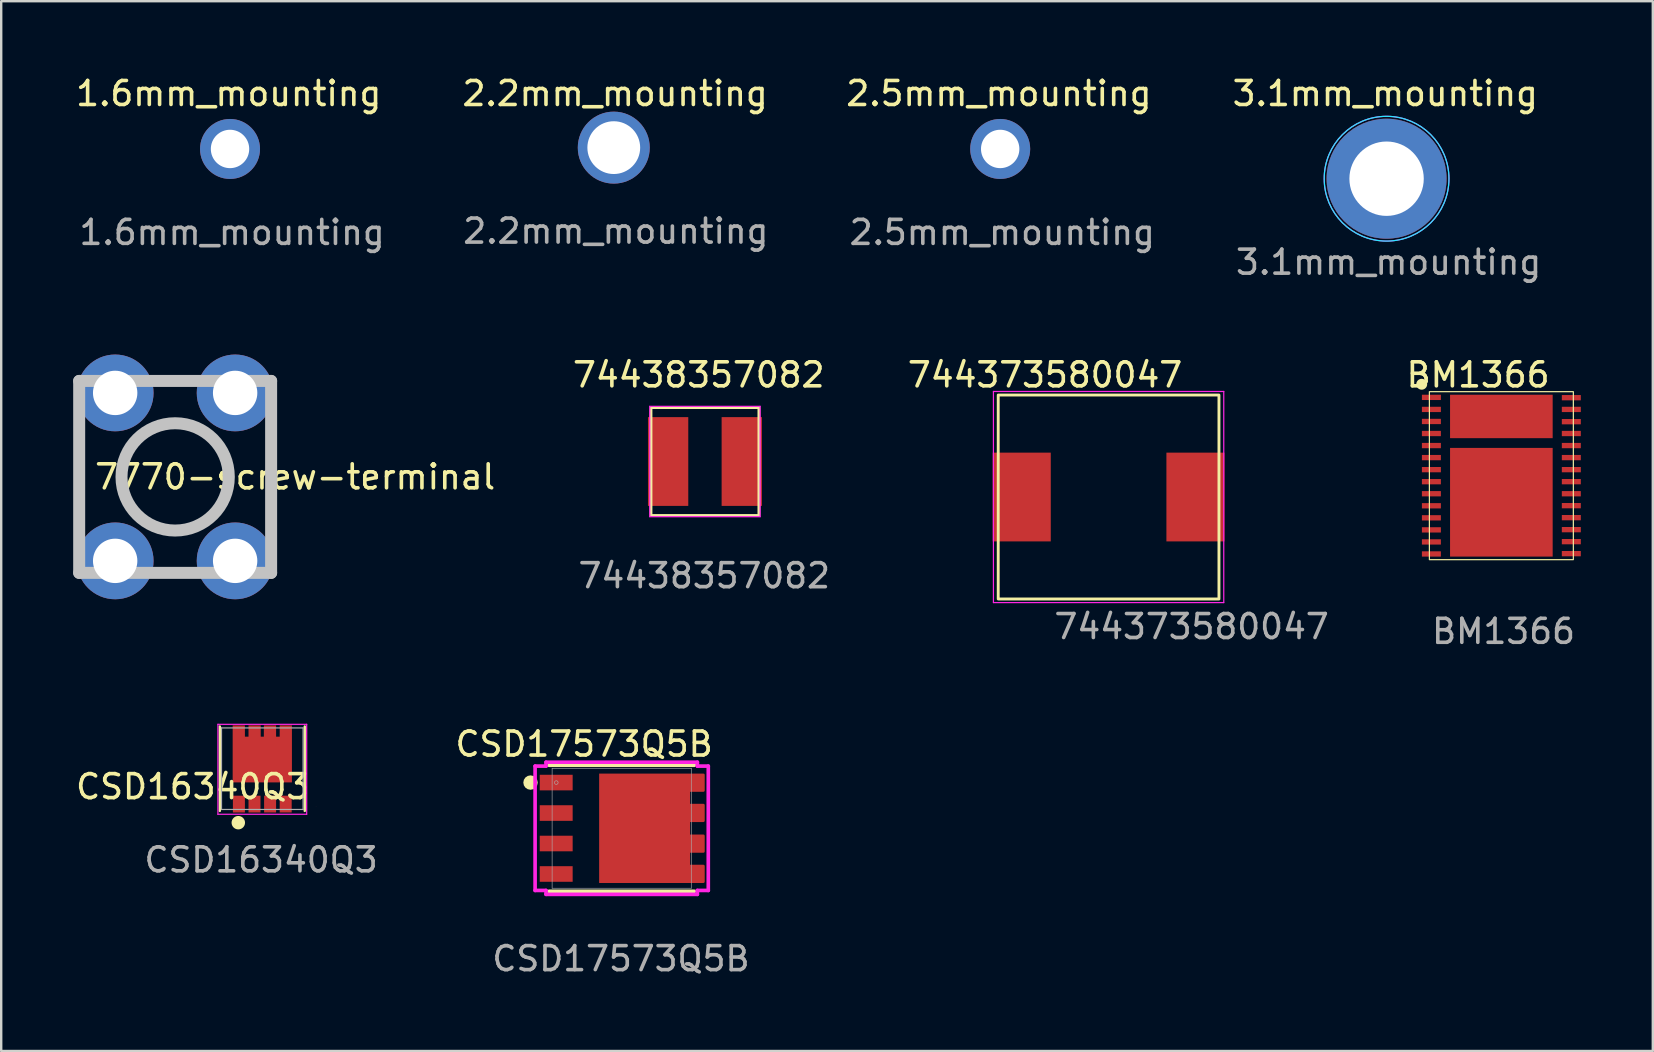
<source format=kicad_pcb>
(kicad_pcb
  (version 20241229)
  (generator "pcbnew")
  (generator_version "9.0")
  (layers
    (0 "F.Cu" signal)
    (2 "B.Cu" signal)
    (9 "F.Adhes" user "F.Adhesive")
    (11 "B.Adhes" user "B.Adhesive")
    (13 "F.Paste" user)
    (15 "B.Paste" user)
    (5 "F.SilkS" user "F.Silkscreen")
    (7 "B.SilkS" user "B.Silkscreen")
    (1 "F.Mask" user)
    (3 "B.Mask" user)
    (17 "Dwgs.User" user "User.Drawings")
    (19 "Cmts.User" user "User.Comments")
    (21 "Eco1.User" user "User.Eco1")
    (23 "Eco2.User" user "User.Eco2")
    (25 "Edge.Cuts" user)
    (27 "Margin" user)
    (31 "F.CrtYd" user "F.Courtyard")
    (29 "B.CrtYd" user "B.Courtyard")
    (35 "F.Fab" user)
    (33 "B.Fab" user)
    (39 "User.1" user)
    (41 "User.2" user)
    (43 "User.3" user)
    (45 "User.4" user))
  (footprint "1.6mm_mounting"
    (layer "F.Cu")
    (at 6.537 3.158)
    (property "Reference" "1.6mm_mounting" (at -0.055 -2.31 0) (unlocked yes) (layer "F.SilkS") (effects (font (size 1 1) (thickness 0.15))))
    (attr through_hole)
    (fp_text user "${REFERENCE}" (at 0.085 3.48 0) (unlocked yes) (layer "F.Fab") (effects (font (size 1 1) (thickness 0.15))))
    (pad "" thru_hole circle (at 0 0 180) (size 2.5 2.5) (drill 1.6) (layers "*.Cu" "*.Mask")))
  (footprint "7770-screw-terminal"
    (layer "F.Cu")
    (at 4.25 16.826)
    (property "Reference" "7770-screw-terminal" (at 5 0 0) (unlocked yes) (layer "F.SilkS") (effects (font (size 1 1) (thickness 0.15))))
    (fp_line (start -4 -4) (end 4 -4) (stroke (width 0.12) (type solid)) (layer "F.SilkS"))
    (fp_line (start -4 4) (end -4 -4) (stroke (width 0.12) (type solid)) (layer "F.SilkS"))
    (fp_line (start 4 -4) (end 4 4) (stroke (width 0.12) (type solid)) (layer "F.SilkS"))
    (fp_line (start 4 4) (end -4 4) (stroke (width 0.12) (type solid)) (layer "F.SilkS"))
    (fp_line (start -4 4) (end -4 -4) (stroke (width 0.5) (type solid)) (layer "Dwgs.User"))
    (fp_line (start 4 -4) (end -4 -4) (stroke (width 0.5) (type solid)) (layer "Dwgs.User"))
    (fp_line (start 4 4) (end -4 4) (stroke (width 0.5) (type solid)) (layer "Dwgs.User"))
    (fp_line (start 4 4) (end 4 -4) (stroke (width 0.5) (type solid)) (layer "Dwgs.User"))
    (fp_circle (center 0 0) (end 2.236 0) (stroke (width 0.5) (type default)) (fill no) (layer "Dwgs.User"))
    (pad "1" thru_hole circle (at -2.5 -3.5) (size 3.2 3.2) (drill 1.85) (layers "*.Cu" "*.Mask"))
    (pad "1" thru_hole circle (at -2.5 3.5) (size 3.2 3.2) (drill 1.85) (layers "*.Cu" "*.Mask"))
    (pad "1" thru_hole circle (at 2.5 -3.5) (size 3.2 3.2) (drill 1.85) (layers "*.Cu" "*.Mask"))
    (pad "1" thru_hole circle (at 2.5 3.5) (size 3.2 3.2) (drill 1.85) (layers "*.Cu" "*.Mask")))
  (footprint "3.1mm_mounting"
    (layer "F.Cu")
    (at 54.74 4.398)
    (property "Reference" "3.1mm_mounting" (at -0.055 -3.55 0) (unlocked yes) (layer "F.SilkS") (effects (font (size 1 1) (thickness 0.15))))
    (attr through_hole)
    (fp_circle (center 0 0) (end 2.6 -0.01) (stroke (width 0.05) (type default)) (fill no) (layer "B.CrtYd"))
    (fp_circle (center 0 0) (end 2.6 -0.01) (stroke (width 0.05) (type default)) (fill no) (layer "F.CrtYd"))
    (fp_text user "${REFERENCE}" (at 0.085 3.48 0) (unlocked yes) (layer "F.Fab") (effects (font (size 1 1) (thickness 0.15))))
    (pad "" thru_hole circle (at 0 0 180) (size 5 5) (drill 3.1) (layers "*.Cu" "*.Mask")))
  (footprint "CSD16340Q3"
    (layer "F.Cu")
    (at 7.882 28.988)
    (property "Reference" "CSD16340Q3" (at -2.9 0.75 0) (unlocked yes) (layer "F.SilkS") (effects (font (size 1 1) (thickness 0.15))))
    (attr smd)
    (fp_line (start -1.77 -1.76) (end -1.77 1.76) (stroke (width 0.1) (type default)) (layer "F.SilkS"))
    (fp_line (start 1.77 -1.76) (end 1.77 1.76) (stroke (width 0.1) (type default)) (layer "F.SilkS"))
    (fp_circle (center -1 2.25) (end -0.99 2.47) (stroke (width 0.12) (type solid)) (fill yes) (layer "F.SilkS"))
    (fp_rect (start -1 -1) (end -0.13 0.4) (stroke (width 0.1) (type solid)) (fill yes) (layer "F.Paste"))
    (fp_rect (start -0.81 -1.78) (end -1.15 -1.23) (stroke (width 0.01) (type solid)) (fill yes) (layer "F.Paste"))
    (fp_rect (start -0.78 1.15) (end -1.17 1.8) (stroke (width 0.01) (type solid)) (fill yes) (layer "F.Paste"))
    (fp_rect (start -0.15 -1.78) (end -0.49 -1.23) (stroke (width 0.01) (type solid)) (fill yes) (layer "F.Paste"))
    (fp_rect (start -0.13 1.15) (end -0.52 1.8) (stroke (width 0.01) (type solid)) (fill yes) (layer "F.Paste"))
    (fp_rect (start 0.13 -1) (end 1 0.4) (stroke (width 0.1) (type solid)) (fill yes) (layer "F.Paste"))
    (fp_rect (start 0.5 -1.78) (end 0.16 -1.23) (stroke (width 0.01) (type solid)) (fill yes) (layer "F.Paste"))
    (fp_rect (start 0.53 1.15) (end 0.13 1.8) (stroke (width 0.01) (type solid)) (fill yes) (layer "F.Paste"))
    (fp_rect (start 1.15 -1.78) (end 0.81 -1.23) (stroke (width 0.01) (type solid)) (fill yes) (layer "F.Paste"))
    (fp_rect (start 1.18 1.15) (end 0.78 1.8) (stroke (width 0.01) (type solid)) (fill yes) (layer "F.Paste"))
    (fp_line (start -1.85 -1.85) (end 1.85 -1.85) (stroke (width 0.05) (type default)) (layer "F.CrtYd"))
    (fp_line (start -1.85 1.9) (end -1.85 -1.85) (stroke (width 0.05) (type default)) (layer "F.CrtYd"))
    (fp_line (start 1.85 -1.85) (end 1.85 1.9) (stroke (width 0.05) (type default)) (layer "F.CrtYd"))
    (fp_line (start 1.85 1.9) (end -1.85 1.9) (stroke (width 0.05) (type default)) (layer "F.CrtYd"))
    (fp_line (start -1.7 -1.7) (end -1.7 1.7) (stroke (width 0.05) (type default)) (layer "F.Fab"))
    (fp_line (start -1.7 1.7) (end 1.7 1.7) (stroke (width 0.05) (type default)) (layer "F.Fab"))
    (fp_line (start 1.7 -1.7) (end -1.7 -1.7) (stroke (width 0.05) (type default)) (layer "F.Fab"))
    (fp_line (start 1.7 1.7) (end 1.7 -1.7) (stroke (width 0.05) (type default)) (layer "F.Fab"))
    (fp_text user "${REFERENCE}" (at -0.05 3.8 0) (unlocked yes) (layer "F.Fab") (effects (font (size 1 1) (thickness 0.15))))
    (pad "1" smd rect (at -0.975 1.475) (size 0.5 0.7) (layers "F.Cu" "F.Mask"))
    (pad "2" smd rect (at -0.325 1.475) (size 0.5 0.7) (layers "F.Cu" "F.Mask"))
    (pad "3" smd rect (at 0.325 1.475 180) (size 0.5 0.7) (layers "F.Cu" "F.Mask"))
    (pad "4" smd rect (at 0.975 1.475) (size 0.5 0.7) (layers "F.Cu" "F.Mask"))
    (pad "5" smd custom (at 0 0) (size 0.5 0.7) (layers "F.Cu" "F.Mask") (options (anchor rect)) (primitives (gr_poly (pts (xy 1.23 0.565) (xy -1.23 0.565) (xy -1.23 -1.8) (xy -0.73 -1.8) (xy -0.73 -1.33) (xy -0.57 -1.33) (xy -0.57 -1.8) (xy -0.07 -1.8) (xy -0.07 -1.33) (xy 0.07 -1.33) (xy 0.07 -1.8) (xy 0.57 -1.8) (xy 0.57 -1.33) (xy 0.73 -1.33) (xy 0.73 -1.8) (xy 1.23 -1.8)) (width 0.01) (fill yes))))
    (pad "5" smd rect (at 2.24 1.575 270) (size 0.01 0.01) (layers "F.Cu" "F.Mask")))
  (footprint "74438357082"
    (layer "F.Cu")
    (at 26.331 16.185)
    (property "Reference" "74438357082" (at -0.26 -3.61 0) (unlocked yes) (layer "F.SilkS") (effects (font (size 1 1) (thickness 0.15))))
    (attr smd)
    (fp_rect (start -2.25 -2.25) (end 2.25 2.25) (stroke (width 0.12) (type default)) (fill no) (layer "F.SilkS"))
    (fp_line (start -2.3 -2.3) (end 2.3 -2.3) (stroke (width 0.05) (type default)) (layer "F.CrtYd"))
    (fp_line (start -2.3 2.3) (end -2.3 -2.3) (stroke (width 0.05) (type default)) (layer "F.CrtYd"))
    (fp_line (start 2.3 -2.3) (end 2.3 2.3) (stroke (width 0.05) (type default)) (layer "F.CrtYd"))
    (fp_line (start 2.3 2.3) (end -2.3 2.3) (stroke (width 0.05) (type default)) (layer "F.CrtYd"))
    (fp_text user "${REFERENCE}" (at -0.03 4.76 0) (unlocked yes) (layer "F.Fab") (effects (font (size 1 1) (thickness 0.15))))
    (pad "1" smd rect (at -1.535 0) (size 1.68 3.7) (layers "F.Cu" "F.Mask" "F.Paste"))
    (pad "2" smd rect (at 1.535 0) (size 1.68 3.7) (layers "F.Cu" "F.Mask" "F.Paste")))
  (footprint "744373580047"
    (layer "F.Cu")
    (at 43.154 17.665)
    (property "Reference" "744373580047" (at -2.65 -5.09 0) (unlocked yes) (layer "F.SilkS") (effects (font (size 1 1) (thickness 0.15))))
    (attr smd)
    (fp_rect (start -4.6 -4.25) (end 4.6 4.25) (stroke (width 0.12) (type default)) (fill no) (layer "F.SilkS"))
    (fp_line (start -4.8 -4.4) (end 4.8 -4.4) (stroke (width 0.05) (type default)) (layer "F.CrtYd"))
    (fp_line (start -4.8 4.4) (end -4.8 -4.4) (stroke (width 0.05) (type default)) (layer "F.CrtYd"))
    (fp_line (start 4.8 -4.4) (end 4.8 4.4) (stroke (width 0.05) (type default)) (layer "F.CrtYd"))
    (fp_line (start 4.8 4.4) (end -4.8 4.4) (stroke (width 0.05) (type default)) (layer "F.CrtYd"))
    (fp_text user "${REFERENCE}" (at 3.46 5.4 0) (unlocked yes) (layer "F.Fab") (effects (font (size 1 1) (thickness 0.15))))
    (pad "1" smd rect (at -3.62 0) (size 2.42 3.7) (layers "F.Cu" "F.Mask" "F.Paste"))
    (pad "2" smd rect (at 3.62 0) (size 2.42 3.7) (layers "F.Cu" "F.Mask" "F.Paste")))
  (footprint "2.2mm_mounting"
    (layer "F.Cu")
    (at 22.531 3.103)
    (property "Reference" "2.2mm_mounting" (at 0.055 -2.255 0) (unlocked yes) (layer "F.SilkS") (effects (font (size 1 1) (thickness 0.15))))
    (attr through_hole)
    (fp_text user "${REFERENCE}" (at 0.085 3.48 0) (unlocked yes) (layer "F.Fab") (effects (font (size 1 1) (thickness 0.15))))
    (pad "" thru_hole circle (at 0 0 180) (size 3 3) (drill 2.2) (layers "*.Cu" "*.Mask")))
  (footprint "BM1366"
    (layer "F.Cu")
    (at 59.524 16.775)
    (property "Reference" "BM1366" (at -0.97 -4.2 0) (unlocked yes) (layer "F.SilkS") (effects (font (size 1 1) (thickness 0.15))))
    (attr smd)
    (fp_rect (start -3 -3.5) (end 3 3.5) (stroke (width 0.05) (type default)) (fill no) (layer "F.SilkS"))
    (fp_circle (center -3.32 -3.81) (end -3.118 -3.81) (stroke (width 0.05) (type solid)) (fill yes) (layer "F.SilkS"))
    (fp_rect (start -1.21 -2.905) (end -0.38 -2.115) (stroke (width 0.001) (type solid)) (fill yes) (layer "F.Paste"))
    (fp_rect (start -1.2 -0.825) (end -0.38 -0.035) (stroke (width 0.001) (type solid)) (fill yes) (layer "F.Paste"))
    (fp_rect (start -1.2 2.205) (end -0.385 2.995) (stroke (width 0.001) (type solid)) (fill yes) (layer "F.Paste"))
    (fp_rect (start -1.195 0.765) (end -0.385 1.555) (stroke (width 0.001) (type solid)) (fill yes) (layer "F.Paste"))
    (fp_rect (start 0.55 -2.91) (end 1.33 -2.12) (stroke (width 0.001) (type solid)) (fill yes) (layer "F.Paste"))
    (fp_rect (start 0.55 0.76) (end 1.34 1.55) (stroke (width 0.001) (type solid)) (fill yes) (layer "F.Paste"))
    (fp_rect (start 0.55 2.2) (end 1.34 2.99) (stroke (width 0.001) (type solid)) (fill yes) (layer "F.Paste"))
    (fp_rect (start 0.56 -0.83) (end 1.33 -0.04) (stroke (width 0.001) (type solid)) (fill yes) (layer "F.Paste"))
    (fp_text user "${REFERENCE}" (at 0.09 6.49 0) (unlocked yes) (layer "F.Fab") (effects (font (size 1 1) (thickness 0.15))))
    (pad "1" smd rect (at -2.916 -3.263) (size 0.792 0.221) (layers "F.Cu" "F.Mask" "F.Paste"))
    (pad "2" smd rect (at -2.916 -2.761) (size 0.792 0.221) (layers "F.Cu" "F.Mask" "F.Paste"))
    (pad "3" smd rect (at -2.916 -2.259) (size 0.792 0.221) (layers "F.Cu" "F.Mask" "F.Paste"))
    (pad "4" smd rect (at -2.916 -1.757) (size 0.792 0.221) (layers "F.Cu" "F.Mask" "F.Paste"))
    (pad "5" smd rect (at -2.916 -1.255) (size 0.792 0.221) (layers "F.Cu" "F.Mask" "F.Paste"))
    (pad "6" smd rect (at -2.916 -0.753) (size 0.792 0.221) (layers "F.Cu" "F.Mask" "F.Paste"))
    (pad "7" smd rect (at -2.916 -0.251) (size 0.792 0.221) (layers "F.Cu" "F.Mask" "F.Paste"))
    (pad "8" smd rect (at -2.916 0.251) (size 0.792 0.221) (layers "F.Cu" "F.Mask" "F.Paste"))
    (pad "9" smd rect (at -2.916 0.753) (size 0.792 0.221) (layers "F.Cu" "F.Mask" "F.Paste"))
    (pad "10" smd rect (at -2.916 1.255) (size 0.792 0.221) (layers "F.Cu" "F.Mask" "F.Paste"))
    (pad "11" smd rect (at -2.916 1.757) (size 0.792 0.221) (layers "F.Cu" "F.Mask" "F.Paste"))
    (pad "12" smd rect (at -2.916 2.259) (size 0.792 0.221) (layers "F.Cu" "F.Mask" "F.Paste"))
    (pad "13" smd rect (at -2.916 2.761) (size 0.792 0.221) (layers "F.Cu" "F.Mask" "F.Paste"))
    (pad "14" smd rect (at -2.916 3.263) (size 0.792 0.221) (layers "F.Cu" "F.Mask" "F.Paste"))
    (pad "15" smd rect (at 2.916 3.25) (size 0.792 0.221) (layers "F.Cu" "F.Mask" "F.Paste"))
    (pad "16" smd rect (at 2.916 2.75) (size 0.792 0.221) (layers "F.Cu" "F.Mask" "F.Paste"))
    (pad "17" smd rect (at 2.916 2.25) (size 0.792 0.221) (layers "F.Cu" "F.Mask" "F.Paste"))
    (pad "18" smd rect (at 2.916 1.75) (size 0.792 0.221) (layers "F.Cu" "F.Mask" "F.Paste"))
    (pad "19" smd rect (at 2.916 1.25) (size 0.792 0.221) (layers "F.Cu" "F.Mask" "F.Paste"))
    (pad "20" smd rect (at 2.916 0.753) (size 0.792 0.221) (layers "F.Cu" "F.Mask" "F.Paste"))
    (pad "21" smd rect (at 2.916 0.25) (size 0.792 0.221) (layers "F.Cu" "F.Mask" "F.Paste"))
    (pad "22" smd rect (at 2.916 -0.251) (size 0.792 0.221) (layers "F.Cu" "F.Mask" "F.Paste"))
    (pad "23" smd rect (at 2.916 -0.753) (size 0.792 0.221) (layers "F.Cu" "F.Mask" "F.Paste"))
    (pad "24" smd rect (at 2.916 -1.255) (size 0.792 0.221) (layers "F.Cu" "F.Mask" "F.Paste"))
    (pad "25" smd rect (at 2.916 -1.757) (size 0.792 0.221) (layers "F.Cu" "F.Mask" "F.Paste"))
    (pad "26" smd rect (at 2.916 -2.25) (size 0.792 0.221) (layers "F.Cu" "F.Mask" "F.Paste"))
    (pad "27" smd rect (at 2.916 -2.761) (size 0.792 0.221) (layers "F.Cu" "F.Mask" "F.Paste"))
    (pad "28" smd rect (at 2.916 -3.25) (size 0.792 0.221) (layers "F.Cu" "F.Mask" "F.Paste"))
    (pad "29" smd rect (at 0 -2.468) (size 4.277 1.81) (layers "F.Cu" "F.Mask"))
    (pad "30" smd rect (at 0 1.108) (size 4.277 4.53) (layers "F.Cu" "F.Mask")))
  (footprint "CSD17573Q5B"
    (layer "F.Cu")
    (at 22.861 31.471)
    (property "Reference" "CSD17573Q5B" (at -1.565 -3.51 0) (unlocked yes) (layer "F.SilkS") (effects (font (size 1 1) (thickness 0.15))))
    (attr smd)
    (fp_line (start -3.027 2.627) (end 3.027 2.627) (stroke (width 0.152) (type solid)) (layer "F.SilkS"))
    (fp_line (start 3.027 -2.627) (end -3.027 -2.627) (stroke (width 0.152) (type solid)) (layer "F.SilkS"))
    (fp_circle (center -3.8 -1.905) (end -3.65 -1.905) (stroke (width 0.3) (type solid)) (fill no) (layer "F.SilkS"))
    (fp_rect (start -3.29 -2.181) (end -2.218 -1.619) (stroke (width 0.01) (type solid)) (fill yes) (layer "F.Paste"))
    (fp_rect (start -3.29 -0.91) (end -2.218 -0.348) (stroke (width 0.01) (type solid)) (fill yes) (layer "F.Paste"))
    (fp_rect (start -3.29 0.358) (end -2.218 0.92) (stroke (width 0.01) (type solid)) (fill yes) (layer "F.Paste"))
    (fp_rect (start -3.29 1.628) (end -2.218 2.19) (stroke (width 0.01) (type solid)) (fill yes) (layer "F.Paste"))
    (fp_rect (start -0.696 -1.942) (end 0.598 -1.196) (stroke (width 0.01) (type solid)) (fill yes) (layer "F.Paste"))
    (fp_rect (start -0.696 -0.896) (end 0.598 -0.16) (stroke (width 0.01) (type solid)) (fill yes) (layer "F.Paste"))
    (fp_rect (start -0.696 0.16) (end 0.598 0.896) (stroke (width 0.01) (type solid)) (fill yes) (layer "F.Paste"))
    (fp_rect (start -0.696 1.192) (end 0.598 1.942) (stroke (width 0.01) (type solid)) (fill yes) (layer "F.Paste"))
    (fp_rect (start 0.948 -1.942) (end 2.242 -1.196) (stroke (width 0.01) (type solid)) (fill yes) (layer "F.Paste"))
    (fp_rect (start 0.948 -0.896) (end 2.242 -0.16) (stroke (width 0.01) (type solid)) (fill yes) (layer "F.Paste"))
    (fp_rect (start 0.948 0.16) (end 2.242 0.906) (stroke (width 0.01) (type solid)) (fill yes) (layer "F.Paste"))
    (fp_rect (start 0.948 1.192) (end 2.242 1.942) (stroke (width 0.01) (type solid)) (fill yes) (layer "F.Paste"))
    (fp_rect (start 2.524 -2.159) (end 3.4 -1.651) (stroke (width 0.01) (type solid)) (fill yes) (layer "F.Paste"))
    (fp_rect (start 2.524 -0.889) (end 3.4 -0.381) (stroke (width 0.01) (type solid)) (fill yes) (layer "F.Paste"))
    (fp_rect (start 2.524 0.381) (end 3.4 0.889) (stroke (width 0.01) (type solid)) (fill yes) (layer "F.Paste"))
    (fp_rect (start 2.524 1.651) (end 3.4 2.159) (stroke (width 0.01) (type solid)) (fill yes) (layer "F.Paste"))
    (fp_line (start -3.609 -2.591) (end -3.154 -2.591) (stroke (width 0.152) (type solid)) (layer "F.CrtYd"))
    (fp_line (start -3.609 2.591) (end -3.609 -2.591) (stroke (width 0.152) (type solid)) (layer "F.CrtYd"))
    (fp_line (start -3.609 2.591) (end -3.154 2.591) (stroke (width 0.152) (type solid)) (layer "F.CrtYd"))
    (fp_line (start -3.154 -2.754) (end 3.154 -2.754) (stroke (width 0.152) (type solid)) (layer "F.CrtYd"))
    (fp_line (start -3.154 -2.591) (end -3.154 -2.754) (stroke (width 0.152) (type solid)) (layer "F.CrtYd"))
    (fp_line (start -3.154 2.754) (end -3.154 2.591) (stroke (width 0.152) (type solid)) (layer "F.CrtYd"))
    (fp_line (start 3.154 -2.754) (end 3.154 -2.591) (stroke (width 0.152) (type solid)) (layer "F.CrtYd"))
    (fp_line (start 3.154 2.591) (end 3.154 2.754) (stroke (width 0.152) (type solid)) (layer "F.CrtYd"))
    (fp_line (start 3.154 2.754) (end -3.154 2.754) (stroke (width 0.152) (type solid)) (layer "F.CrtYd"))
    (fp_line (start 3.609 -2.591) (end 3.154 -2.591) (stroke (width 0.152) (type solid)) (layer "F.CrtYd"))
    (fp_line (start 3.609 -2.591) (end 3.609 2.591) (stroke (width 0.152) (type solid)) (layer "F.CrtYd"))
    (fp_line (start 3.609 2.591) (end 3.154 2.591) (stroke (width 0.152) (type solid)) (layer "F.CrtYd"))
    (fp_line (start -2.9 -2.5) (end -2.9 2.5) (stroke (width 0.025) (type solid)) (layer "F.Fab"))
    (fp_line (start -2.9 2.5) (end 2.9 2.5) (stroke (width 0.025) (type solid)) (layer "F.Fab"))
    (fp_line (start 2.9 -2.5) (end -2.9 -2.5) (stroke (width 0.025) (type solid)) (layer "F.Fab"))
    (fp_line (start 2.9 2.5) (end 2.9 -2.5) (stroke (width 0.025) (type solid)) (layer "F.Fab"))
    (fp_circle (center -2.725 -1.905) (end -2.649 -1.905) (stroke (width 0.025) (type solid)) (fill no) (layer "F.Fab"))
    (fp_text user "${REFERENCE}" (at -0.03 5.435 0) (unlocked yes) (layer "F.Fab") (effects (font (size 1 1) (thickness 0.15))))
    (pad "1" smd rect (at -2.73 -1.905) (size 1.372 0.65) (layers "F.Cu" "F.Mask"))
    (pad "2" smd rect (at -2.73 -0.635) (size 1.372 0.65) (layers "F.Cu" "F.Mask"))
    (pad "3" smd rect (at -2.73 0.635) (size 1.372 0.65) (layers "F.Cu" "F.Mask"))
    (pad "4" smd rect (at -2.73 1.905) (size 1.372 0.65) (layers "F.Cu" "F.Mask"))
    (pad "5" smd custom (at 0.955 0) (size 3.79 4.56) (layers "F.Cu" "F.Mask") (options (anchor rect)) (primitives (gr_poly (pts (xy 2.455 2.23) (xy 2.455 1.57) (xy 1.825 1.57) (xy 1.825 2.23)) (width 0.1) (fill yes)) (gr_poly (pts (xy 2.455 -1.57) (xy 2.455 -2.23) (xy 1.825 -2.23) (xy 1.825 -1.57)) (width 0.1) (fill yes)) (gr_poly (pts (xy 2.455 0.97) (xy 2.455 0.31) (xy 1.825 0.31) (xy 1.825 0.97)) (width 0.1) (fill yes)) (gr_poly (pts (xy 2.455 -0.31) (xy 2.455 -0.97) (xy 1.825 -0.97) (xy 1.825 -0.31)) (width 0.1) (fill yes)))))
  (footprint "2.5mm_mounting"
    (layer "F.Cu")
    (at 38.636 3.158)
    (property "Reference" "2.5mm_mounting" (at -0.055 -2.31 0) (unlocked yes) (layer "F.SilkS") (effects (font (size 1 1) (thickness 0.15))))
    (attr through_hole)
    (fp_text user "${REFERENCE}" (at 0.085 3.48 0) (unlocked yes) (layer "F.Fab") (effects (font (size 1 1) (thickness 0.15))))
    (pad "" thru_hole circle (at 0 0 180) (size 2.5 2.5) (drill 1.6) (layers "*.Cu" "*.Mask")))
  (gr_rect
    (start -3 -3)
    (end 65.836 40.755)
    (stroke (width 0.1) (type default))
    (fill no)
    (layer "Edge.Cuts")))
</source>
